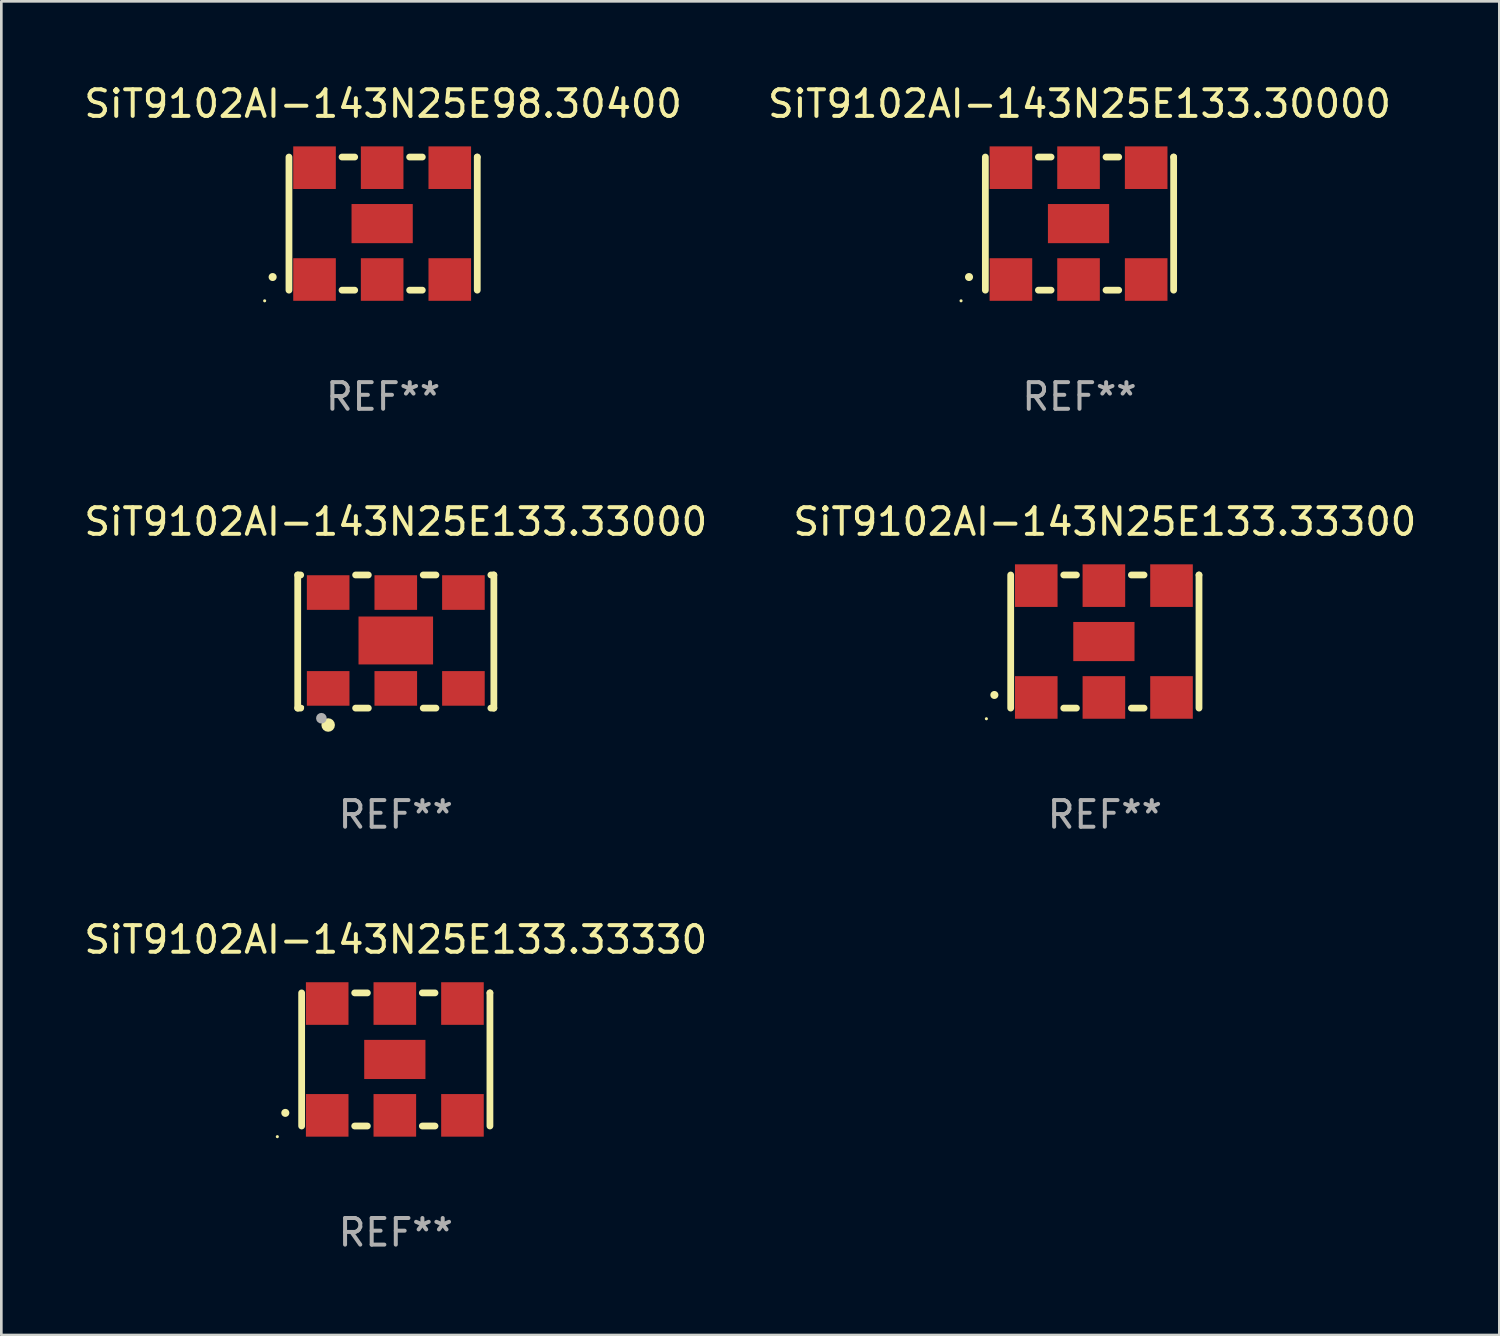
<source format=kicad_pcb>
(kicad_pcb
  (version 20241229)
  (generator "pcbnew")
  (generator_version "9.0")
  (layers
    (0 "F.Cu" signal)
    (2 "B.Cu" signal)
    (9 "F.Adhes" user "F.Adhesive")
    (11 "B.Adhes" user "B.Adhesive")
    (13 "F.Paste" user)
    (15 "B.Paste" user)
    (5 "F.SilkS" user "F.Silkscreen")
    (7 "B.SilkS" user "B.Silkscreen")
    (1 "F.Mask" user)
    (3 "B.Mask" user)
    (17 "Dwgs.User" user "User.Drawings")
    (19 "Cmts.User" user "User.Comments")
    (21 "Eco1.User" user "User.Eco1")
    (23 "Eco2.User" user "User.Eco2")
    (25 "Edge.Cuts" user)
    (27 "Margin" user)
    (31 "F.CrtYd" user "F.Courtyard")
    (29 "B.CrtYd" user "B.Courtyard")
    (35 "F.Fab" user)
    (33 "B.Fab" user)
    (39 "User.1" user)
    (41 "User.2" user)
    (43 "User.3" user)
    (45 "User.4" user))
  (footprint "SiT9102AI-143N25E133.33330"
    (layer "F.Cu")
    (at 11.815 36.741)
    (property "Reference" "SiT9102AI-143N25E133.33330" (at 0 -4.5 0) (layer "F.SilkS") (effects (font (size 1 1) (thickness 0.15))))
    (attr through_hole)
    (fp_line (start -3.536 -2.5) (end -3.536 2.5) (stroke (width 0.254) (type solid)) (layer "F.SilkS"))
    (fp_line (start -1.544 2.5) (end -1.067 2.5) (stroke (width 0.254) (type solid)) (layer "F.SilkS"))
    (fp_line (start -1.067 -2.5) (end -1.544 -2.5) (stroke (width 0.254) (type solid)) (layer "F.SilkS"))
    (fp_line (start 0.996 2.5) (end 1.473 2.5) (stroke (width 0.254) (type solid)) (layer "F.SilkS"))
    (fp_line (start 1.473 -2.5) (end 0.996 -2.5) (stroke (width 0.254) (type solid)) (layer "F.SilkS"))
    (fp_line (start 3.536 -2.5) (end 3.536 -2.5) (stroke (width 0.254) (type solid)) (layer "F.SilkS"))
    (fp_line (start 3.536 2.5) (end 3.536 -2.5) (stroke (width 0.254) (type solid)) (layer "F.SilkS"))
    (fp_arc (start -4.150432 2.006604) (mid -4.149162 2.006599) (end -4.147892 2.006604) (stroke (width 0.3) (type solid)) (layer "F.SilkS"))
    (fp_circle (center -4.449 2.9) (end -4.419 2.9) (stroke (width 0.06) (type solid)) (fill no) (layer "F.SilkS"))
    (fp_text user "REF**" (at 0 6.5 0) (layer "F.Fab") (effects (font (size 1 1) (thickness 0.15))))
    (pad "1" smd rect (at -2.576 2.1) (size 1.6 1.6) (layers "F.Cu" "F.Mask" "F.Paste"))
    (pad "2" smd rect (at -0.036 2.1) (size 1.6 1.6) (layers "F.Cu" "F.Mask" "F.Paste"))
    (pad "3" smd rect (at 2.504 2.1) (size 1.6 1.6) (layers "F.Cu" "F.Mask" "F.Paste"))
    (pad "4" smd rect (at 2.504 -2.1) (size 1.6 1.6) (layers "F.Cu" "F.Mask" "F.Paste"))
    (pad "5" smd rect (at -0.036 -2.1) (size 1.6 1.6) (layers "F.Cu" "F.Mask" "F.Paste"))
    (pad "6" smd rect (at -2.576 -2.1) (size 1.6 1.6) (layers "F.Cu" "F.Mask" "F.Paste"))
    (pad "7" smd rect (at -0.036 0) (size 2.3 1.47) (layers "F.Cu" "F.Mask" "F.Paste")))
  (footprint "SiT9102AI-143N25E133.33000"
    (layer "F.Cu")
    (at 11.815 21.045)
    (property "Reference" "SiT9102AI-143N25E133.33000" (at 0 -4.5 0) (layer "F.SilkS") (effects (font (size 1 1) (thickness 0.15))))
    (attr through_hole)
    (fp_line (start -3.683 -2.5) (end -3.571 -2.5) (stroke (width 0.254) (type solid)) (layer "F.SilkS"))
    (fp_line (start -3.683 2.5) (end -3.683 -2.5) (stroke (width 0.254) (type solid)) (layer "F.SilkS"))
    (fp_line (start -3.683 2.5) (end -3.571 2.5) (stroke (width 0.254) (type solid)) (layer "F.SilkS"))
    (fp_line (start -1.509 -2.5) (end -1.031 -2.5) (stroke (width 0.254) (type solid)) (layer "F.SilkS"))
    (fp_line (start -1.509 2.5) (end -1.031 2.5) (stroke (width 0.254) (type solid)) (layer "F.SilkS"))
    (fp_line (start 1.031 -2.5) (end 1.509 -2.5) (stroke (width 0.254) (type solid)) (layer "F.SilkS"))
    (fp_line (start 1.031 2.5) (end 1.509 2.5) (stroke (width 0.254) (type solid)) (layer "F.SilkS"))
    (fp_line (start 3.571 -2.5) (end 3.683 -2.5) (stroke (width 0.254) (type solid)) (layer "F.SilkS"))
    (fp_line (start 3.571 2.5) (end 3.683 2.5) (stroke (width 0.254) (type solid)) (layer "F.SilkS"))
    (fp_line (start 3.683 2.5) (end 3.683 -2.5) (stroke (width 0.254) (type solid)) (layer "F.SilkS"))
    (fp_circle (center -3.5 2.46) (end -3.47 2.46) (stroke (width 0.06) (type solid)) (fill no) (layer "F.SilkS"))
    (fp_circle (center -2.54 3.135) (end -2.413 3.135) (stroke (width 0.254) (type solid)) (fill no) (layer "F.SilkS"))
    (fp_circle (center -2.794 2.881) (end -2.694 2.881) (stroke (width 0.2) (type solid)) (fill no) (layer "F.Fab"))
    (fp_text user "REF**" (at 0 6.5 0) (layer "F.Fab") (effects (font (size 1 1) (thickness 0.15))))
    (pad "1" smd rect (at -2.54 1.76) (size 1.6 1.3) (layers "F.Cu" "F.Mask" "F.Paste"))
    (pad "2" smd rect (at 0 1.76) (size 1.6 1.3) (layers "F.Cu" "F.Mask" "F.Paste"))
    (pad "3" smd rect (at 2.54 1.76) (size 1.6 1.3) (layers "F.Cu" "F.Mask" "F.Paste"))
    (pad "4" smd rect (at 2.54 -1.84) (size 1.6 1.3) (layers "F.Cu" "F.Mask" "F.Paste"))
    (pad "5" smd rect (at 0 -1.84) (size 1.6 1.3) (layers "F.Cu" "F.Mask" "F.Paste"))
    (pad "6" smd rect (at -2.54 -1.84) (size 1.6 1.3) (layers "F.Cu" "F.Mask" "F.Paste"))
    (pad "7" smd rect (at 0 -0.04) (size 2.8 1.8) (layers "F.Cu" "F.Mask" "F.Paste")))
  (footprint "SiT9102AI-143N25E133.30000"
    (layer "F.Cu")
    (at 37.494 5.348)
    (property "Reference" "SiT9102AI-143N25E133.30000" (at 0 -4.5 0) (layer "F.SilkS") (effects (font (size 1 1) (thickness 0.15))))
    (attr through_hole)
    (fp_line (start -3.536 -2.5) (end -3.536 2.5) (stroke (width 0.254) (type solid)) (layer "F.SilkS"))
    (fp_line (start -1.544 2.5) (end -1.067 2.5) (stroke (width 0.254) (type solid)) (layer "F.SilkS"))
    (fp_line (start -1.067 -2.5) (end -1.544 -2.5) (stroke (width 0.254) (type solid)) (layer "F.SilkS"))
    (fp_line (start 0.996 2.5) (end 1.473 2.5) (stroke (width 0.254) (type solid)) (layer "F.SilkS"))
    (fp_line (start 1.473 -2.5) (end 0.996 -2.5) (stroke (width 0.254) (type solid)) (layer "F.SilkS"))
    (fp_line (start 3.536 -2.5) (end 3.536 -2.5) (stroke (width 0.254) (type solid)) (layer "F.SilkS"))
    (fp_line (start 3.536 2.5) (end 3.536 -2.5) (stroke (width 0.254) (type solid)) (layer "F.SilkS"))
    (fp_arc (start -4.150432 2.006604) (mid -4.149162 2.006599) (end -4.147892 2.006604) (stroke (width 0.3) (type solid)) (layer "F.SilkS"))
    (fp_circle (center -4.449 2.9) (end -4.419 2.9) (stroke (width 0.06) (type solid)) (fill no) (layer "F.SilkS"))
    (fp_text user "REF**" (at 0 6.5 0) (layer "F.Fab") (effects (font (size 1 1) (thickness 0.15))))
    (pad "1" smd rect (at -2.576 2.1) (size 1.6 1.6) (layers "F.Cu" "F.Mask" "F.Paste"))
    (pad "2" smd rect (at -0.036 2.1) (size 1.6 1.6) (layers "F.Cu" "F.Mask" "F.Paste"))
    (pad "3" smd rect (at 2.504 2.1) (size 1.6 1.6) (layers "F.Cu" "F.Mask" "F.Paste"))
    (pad "4" smd rect (at 2.504 -2.1) (size 1.6 1.6) (layers "F.Cu" "F.Mask" "F.Paste"))
    (pad "5" smd rect (at -0.036 -2.1) (size 1.6 1.6) (layers "F.Cu" "F.Mask" "F.Paste"))
    (pad "6" smd rect (at -2.576 -2.1) (size 1.6 1.6) (layers "F.Cu" "F.Mask" "F.Paste"))
    (pad "7" smd rect (at -0.036 0) (size 2.3 1.47) (layers "F.Cu" "F.Mask" "F.Paste")))
  (footprint "SiT9102AI-143N25E98.30400"
    (layer "F.Cu")
    (at 11.339 5.348)
    (property "Reference" "SiT9102AI-143N25E98.30400" (at 0 -4.5 0) (layer "F.SilkS") (effects (font (size 1 1) (thickness 0.15))))
    (attr through_hole)
    (fp_line (start -3.536 -2.5) (end -3.536 2.5) (stroke (width 0.254) (type solid)) (layer "F.SilkS"))
    (fp_line (start -1.544 2.5) (end -1.067 2.5) (stroke (width 0.254) (type solid)) (layer "F.SilkS"))
    (fp_line (start -1.067 -2.5) (end -1.544 -2.5) (stroke (width 0.254) (type solid)) (layer "F.SilkS"))
    (fp_line (start 0.996 2.5) (end 1.473 2.5) (stroke (width 0.254) (type solid)) (layer "F.SilkS"))
    (fp_line (start 1.473 -2.5) (end 0.996 -2.5) (stroke (width 0.254) (type solid)) (layer "F.SilkS"))
    (fp_line (start 3.536 -2.5) (end 3.536 -2.5) (stroke (width 0.254) (type solid)) (layer "F.SilkS"))
    (fp_line (start 3.536 2.5) (end 3.536 -2.5) (stroke (width 0.254) (type solid)) (layer "F.SilkS"))
    (fp_arc (start -4.150432 2.006604) (mid -4.149162 2.006599) (end -4.147892 2.006604) (stroke (width 0.3) (type solid)) (layer "F.SilkS"))
    (fp_circle (center -4.449 2.9) (end -4.419 2.9) (stroke (width 0.06) (type solid)) (fill no) (layer "F.SilkS"))
    (fp_text user "REF**" (at 0 6.5 0) (layer "F.Fab") (effects (font (size 1 1) (thickness 0.15))))
    (pad "1" smd rect (at -2.576 2.1) (size 1.6 1.6) (layers "F.Cu" "F.Mask" "F.Paste"))
    (pad "2" smd rect (at -0.036 2.1) (size 1.6 1.6) (layers "F.Cu" "F.Mask" "F.Paste"))
    (pad "3" smd rect (at 2.504 2.1) (size 1.6 1.6) (layers "F.Cu" "F.Mask" "F.Paste"))
    (pad "4" smd rect (at 2.504 -2.1) (size 1.6 1.6) (layers "F.Cu" "F.Mask" "F.Paste"))
    (pad "5" smd rect (at -0.036 -2.1) (size 1.6 1.6) (layers "F.Cu" "F.Mask" "F.Paste"))
    (pad "6" smd rect (at -2.576 -2.1) (size 1.6 1.6) (layers "F.Cu" "F.Mask" "F.Paste"))
    (pad "7" smd rect (at -0.036 0) (size 2.3 1.47) (layers "F.Cu" "F.Mask" "F.Paste")))
  (footprint "SiT9102AI-143N25E133.33300"
    (layer "F.Cu")
    (at 38.446 21.045)
    (property "Reference" "SiT9102AI-143N25E133.33300" (at 0 -4.5 0) (layer "F.SilkS") (effects (font (size 1 1) (thickness 0.15))))
    (attr through_hole)
    (fp_line (start -3.536 -2.5) (end -3.536 2.5) (stroke (width 0.254) (type solid)) (layer "F.SilkS"))
    (fp_line (start -1.544 2.5) (end -1.067 2.5) (stroke (width 0.254) (type solid)) (layer "F.SilkS"))
    (fp_line (start -1.067 -2.5) (end -1.544 -2.5) (stroke (width 0.254) (type solid)) (layer "F.SilkS"))
    (fp_line (start 0.996 2.5) (end 1.473 2.5) (stroke (width 0.254) (type solid)) (layer "F.SilkS"))
    (fp_line (start 1.473 -2.5) (end 0.996 -2.5) (stroke (width 0.254) (type solid)) (layer "F.SilkS"))
    (fp_line (start 3.536 -2.5) (end 3.536 -2.5) (stroke (width 0.254) (type solid)) (layer "F.SilkS"))
    (fp_line (start 3.536 2.5) (end 3.536 -2.5) (stroke (width 0.254) (type solid)) (layer "F.SilkS"))
    (fp_arc (start -4.150432 2.006604) (mid -4.149162 2.006599) (end -4.147892 2.006604) (stroke (width 0.3) (type solid)) (layer "F.SilkS"))
    (fp_circle (center -4.449 2.9) (end -4.419 2.9) (stroke (width 0.06) (type solid)) (fill no) (layer "F.SilkS"))
    (fp_text user "REF**" (at 0 6.5 0) (layer "F.Fab") (effects (font (size 1 1) (thickness 0.15))))
    (pad "1" smd rect (at -2.576 2.1) (size 1.6 1.6) (layers "F.Cu" "F.Mask" "F.Paste"))
    (pad "2" smd rect (at -0.036 2.1) (size 1.6 1.6) (layers "F.Cu" "F.Mask" "F.Paste"))
    (pad "3" smd rect (at 2.504 2.1) (size 1.6 1.6) (layers "F.Cu" "F.Mask" "F.Paste"))
    (pad "4" smd rect (at 2.504 -2.1) (size 1.6 1.6) (layers "F.Cu" "F.Mask" "F.Paste"))
    (pad "5" smd rect (at -0.036 -2.1) (size 1.6 1.6) (layers "F.Cu" "F.Mask" "F.Paste"))
    (pad "6" smd rect (at -2.576 -2.1) (size 1.6 1.6) (layers "F.Cu" "F.Mask" "F.Paste"))
    (pad "7" smd rect (at -0.036 0) (size 2.3 1.47) (layers "F.Cu" "F.Mask" "F.Paste")))
  (gr_rect
    (start -3 -3)
    (end 53.262 47.09)
    (stroke (width 0.1) (type default))
    (fill no)
    (layer "Edge.Cuts")))
</source>
